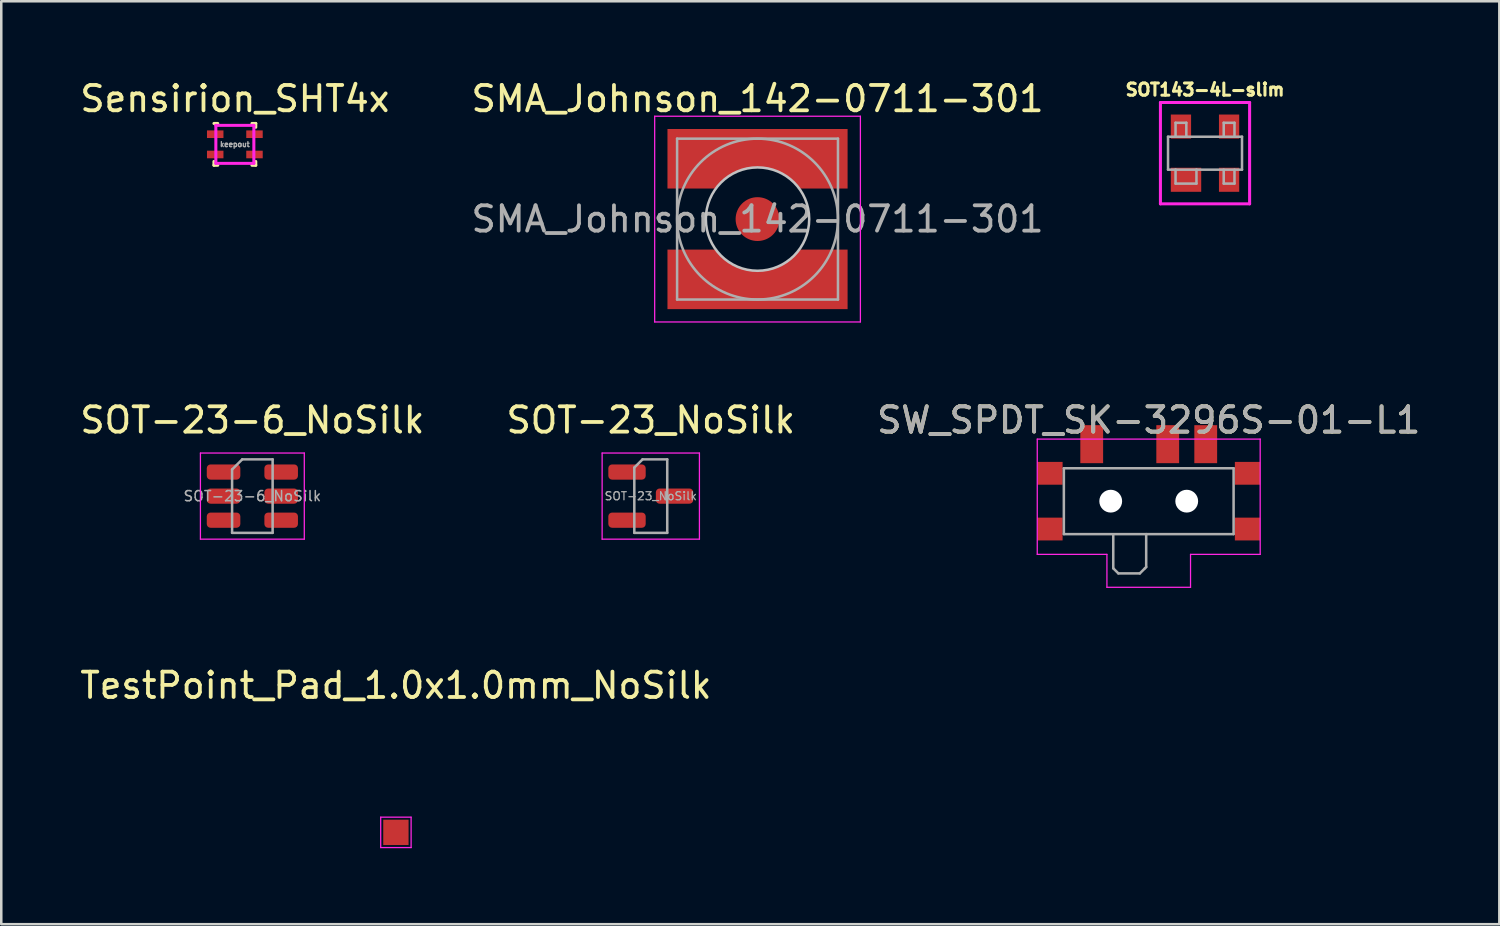
<source format=kicad_pcb>
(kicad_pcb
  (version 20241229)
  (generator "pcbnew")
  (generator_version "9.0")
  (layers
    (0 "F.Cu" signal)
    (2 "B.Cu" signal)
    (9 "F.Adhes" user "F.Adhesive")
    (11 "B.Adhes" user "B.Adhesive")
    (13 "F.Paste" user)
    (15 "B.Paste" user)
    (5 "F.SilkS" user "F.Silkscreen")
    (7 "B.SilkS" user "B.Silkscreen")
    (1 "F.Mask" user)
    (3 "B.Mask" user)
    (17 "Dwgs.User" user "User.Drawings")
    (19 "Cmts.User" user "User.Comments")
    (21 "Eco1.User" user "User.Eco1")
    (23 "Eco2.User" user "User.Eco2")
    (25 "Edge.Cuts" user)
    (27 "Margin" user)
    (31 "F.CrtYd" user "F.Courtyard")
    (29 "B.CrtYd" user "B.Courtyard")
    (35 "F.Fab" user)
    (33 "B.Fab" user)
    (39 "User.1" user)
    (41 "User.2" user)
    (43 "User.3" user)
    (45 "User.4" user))
  (footprint "SW_SPDT_SK-3296S-01-L1"
    (layer "F.Cu")
    (at 42.292 16.732)
    (property "Reference" "SW_SPDT_SK-3296S-01-L1" (at 0 -3.2 0) (layer "F.SilkS") (effects (font (size 1 1) (thickness 0.15))))
    (attr smd)
    (fp_line (start -4.4 -2.45) (end 4.4 -2.45) (stroke (width 0.05) (type solid)) (layer "F.CrtYd"))
    (fp_line (start -4.4 2.1) (end -4.4 -2.45) (stroke (width 0.05) (type solid)) (layer "F.CrtYd"))
    (fp_line (start -1.65 2.1) (end -4.4 2.1) (stroke (width 0.05) (type solid)) (layer "F.CrtYd"))
    (fp_line (start -1.65 3.4) (end -1.65 2.1) (stroke (width 0.05) (type solid)) (layer "F.CrtYd"))
    (fp_line (start 1.65 2.1) (end 1.65 3.4) (stroke (width 0.05) (type solid)) (layer "F.CrtYd"))
    (fp_line (start 1.65 3.4) (end -1.65 3.4) (stroke (width 0.05) (type solid)) (layer "F.CrtYd"))
    (fp_line (start 4.4 -2.45) (end 4.4 2.1) (stroke (width 0.05) (type solid)) (layer "F.CrtYd"))
    (fp_line (start 4.4 2.1) (end 1.65 2.1) (stroke (width 0.05) (type solid)) (layer "F.CrtYd"))
    (fp_line (start -3.35 -1.3) (end -3.35 1.3) (stroke (width 0.1) (type solid)) (layer "F.Fab"))
    (fp_line (start -3.35 1.3) (end 3.35 1.3) (stroke (width 0.1) (type solid)) (layer "F.Fab"))
    (fp_line (start -1.4 1.35) (end -1.4 2.65) (stroke (width 0.1) (type solid)) (layer "F.Fab"))
    (fp_line (start -1.4 2.65) (end -1.2 2.85) (stroke (width 0.1) (type solid)) (layer "F.Fab"))
    (fp_line (start -1.2 2.85) (end -0.35 2.85) (stroke (width 0.1) (type solid)) (layer "F.Fab"))
    (fp_line (start -0.35 2.85) (end -0.15 2.65) (stroke (width 0.1) (type solid)) (layer "F.Fab"))
    (fp_line (start -0.15 2.65) (end -0.1 2.6) (stroke (width 0.1) (type solid)) (layer "F.Fab"))
    (fp_line (start -0.1 2.6) (end -0.1 1.3) (stroke (width 0.1) (type solid)) (layer "F.Fab"))
    (fp_line (start 3.35 -1.3) (end -3.35 -1.3) (stroke (width 0.1) (type solid)) (layer "F.Fab"))
    (fp_line (start 3.35 1.3) (end 3.35 -1.3) (stroke (width 0.1) (type solid)) (layer "F.Fab"))
    (fp_text user "${REFERENCE}" (at 0 -3.2 0) (layer "F.Fab") (effects (font (size 1 1) (thickness 0.15))))
    (pad "" smd rect (at -3.9 -1.1) (size 1 0.9) (layers "F.Cu" "F.Mask" "F.Paste"))
    (pad "" smd rect (at -3.9 1.1) (size 1 0.9) (layers "F.Cu" "F.Mask" "F.Paste"))
    (pad "" np_thru_hole circle (at -1.5 0) (size 0.9 0.9) (drill 0.9) (layers "*.Cu" "*.Mask"))
    (pad "" np_thru_hole circle (at 1.5 0) (size 0.9 0.9) (drill 0.9) (layers "*.Cu" "*.Mask"))
    (pad "" smd rect (at 3.9 -1.1) (size 1 0.9) (layers "F.Cu" "F.Mask" "F.Paste"))
    (pad "" smd rect (at 3.9 1.1) (size 1 0.9) (layers "F.Cu" "F.Mask" "F.Paste"))
    (pad "1" smd rect (at -2.25 -2.25) (size 0.9 1.5) (layers "F.Cu" "F.Mask" "F.Paste"))
    (pad "2" smd rect (at 0.75 -2.25) (size 0.9 1.5) (layers "F.Cu" "F.Mask" "F.Paste"))
    (pad "3" smd rect (at 2.25 -2.25) (size 0.9 1.5) (layers "F.Cu" "F.Mask" "F.Paste")))
  (footprint "SMA_Johnson_142-0711-301"
    (layer "F.Cu")
    (at 26.851 5.598)
    (property "Reference" "SMA_Johnson_142-0711-301" (at 0 -4.75 0) (layer "F.SilkS") (effects (font (size 1 1) (thickness 0.15))))
    (attr smd)
    (fp_circle (center 0 0) (end 2.04 0) (stroke (width 0.1) (type solid)) (fill no) (layer "Dwgs.User"))
    (fp_line (start -4.06 -4.06) (end -4.06 4.06) (stroke (width 0.05) (type solid)) (layer "F.CrtYd"))
    (fp_line (start -4.06 -4.06) (end 4.06 -4.06) (stroke (width 0.05) (type solid)) (layer "F.CrtYd"))
    (fp_line (start 4.06 4.06) (end -4.06 4.06) (stroke (width 0.05) (type solid)) (layer "F.CrtYd"))
    (fp_line (start 4.06 4.06) (end 4.06 -4.06) (stroke (width 0.05) (type solid)) (layer "F.CrtYd"))
    (fp_line (start -3.175 -3.175) (end -3.175 3.175) (stroke (width 0.1) (type solid)) (layer "F.Fab"))
    (fp_line (start -3.175 -3.175) (end 3.175 -3.175) (stroke (width 0.1) (type solid)) (layer "F.Fab"))
    (fp_line (start -3.175 3.175) (end 3.175 3.175) (stroke (width 0.1) (type solid)) (layer "F.Fab"))
    (fp_line (start 3.175 -3.175) (end 3.175 3.175) (stroke (width 0.1) (type solid)) (layer "F.Fab"))
    (fp_circle (center 0 0) (end 3.175 0) (stroke (width 0.1) (type solid)) (fill no) (layer "F.Fab"))
    (fp_text user "${REFERENCE}" (at 0 0 0) (layer "F.Fab") (effects (font (size 1 1) (thickness 0.15))))
    (pad "1" smd circle (at 0 0 90) (size 1.73 1.73) (layers "F.Cu" "F.Mask" "F.Paste"))
    (pad "2" smd custom (at 0 -2.8 180) (size 7.11 1.51) (layers "F.Cu" "F.Mask" "F.Paste") (options (anchor rect)) (primitives (gr_poly (pts (xy -1.5 -1.42) (xy -1.36 -1.28) (xy -1.205 -1.155) (xy -1.035 -1.045) (xy -0.86 -0.95) (xy -0.675 -0.875) (xy -0.48 -0.82) (xy -0.28 -0.78) (xy -0.085 -0.765) (xy 0 -0.765) (xy 0 0.755) (xy -3.555 0.755) (xy -3.555 -1.595) (xy -1.645 -1.595)) (width 0) (fill yes)) (gr_poly (pts (xy 3.555 0.755) (xy 0 0.755) (xy 0 -0.765) (xy 0.085 -0.765) (xy 0.28 -0.78) (xy 0.48 -0.82) (xy 0.675 -0.875) (xy 0.86 -0.95) (xy 1.035 -1.045) (xy 1.205 -1.155) (xy 1.36 -1.28) (xy 1.5 -1.42) (xy 1.645 -1.595) (xy 3.555 -1.595)) (width 0) (fill yes))))
    (pad "2" smd custom (at 0 2.8) (size 7.11 1.51) (layers "F.Cu" "F.Mask" "F.Paste") (options (anchor rect)) (primitives (gr_poly (pts (xy -1.5 -1.42) (xy -1.36 -1.28) (xy -1.205 -1.155) (xy -1.035 -1.045) (xy -0.86 -0.95) (xy -0.675 -0.875) (xy -0.48 -0.82) (xy -0.28 -0.78) (xy -0.085 -0.765) (xy 0 -0.765) (xy 0 0.755) (xy -3.555 0.755) (xy -3.555 -1.595) (xy -1.645 -1.595)) (width 0) (fill yes)) (gr_poly (pts (xy 3.555 0.755) (xy 0 0.755) (xy 0 -0.765) (xy 0.085 -0.765) (xy 0.28 -0.78) (xy 0.48 -0.82) (xy 0.675 -0.875) (xy 0.86 -0.95) (xy 1.035 -1.045) (xy 1.205 -1.155) (xy 1.36 -1.28) (xy 1.5 -1.42) (xy 1.645 -1.595) (xy 3.555 -1.595)) (width 0) (fill yes)))))
  (footprint "SOT143-4L-slim"
    (layer "F.Cu")
    (at 44.514 2.996)
    (property "Reference" "SOT143-4L-slim" (at 0 -2.505 0) (layer "F.SilkS") (effects (font (size 0.48 0.48) (thickness 0.12))))
    (attr through_hole)
    (fp_line (start -1.76 -2) (end -1.76 2) (stroke (width 0.12) (type solid)) (layer "F.CrtYd"))
    (fp_line (start -1.76 2) (end 1.76 2) (stroke (width 0.12) (type solid)) (layer "F.CrtYd"))
    (fp_line (start 1.76 -2) (end -1.76 -2) (stroke (width 0.12) (type solid)) (layer "F.CrtYd"))
    (fp_line (start 1.76 -2) (end 1.76 2) (stroke (width 0.12) (type solid)) (layer "F.CrtYd"))
    (fp_line (start -1.46 -0.65) (end -1.46 0.65) (stroke (width 0.1) (type solid)) (layer "F.Fab"))
    (fp_line (start -1.46 0.65) (end -1.163 0.65) (stroke (width 0.1) (type solid)) (layer "F.Fab"))
    (fp_line (start -1.163 -1.2) (end -0.738 -1.2) (stroke (width 0.1) (type solid)) (layer "F.Fab"))
    (fp_line (start -1.163 -0.65) (end -1.46 -0.65) (stroke (width 0.1) (type solid)) (layer "F.Fab"))
    (fp_line (start -1.163 -0.65) (end -1.163 -1.2) (stroke (width 0.1) (type solid)) (layer "F.Fab"))
    (fp_line (start -1.163 0.65) (end -0.338 0.65) (stroke (width 0.1) (type solid)) (layer "F.Fab"))
    (fp_line (start -1.163 1.2) (end -1.163 0.65) (stroke (width 0.1) (type solid)) (layer "F.Fab"))
    (fp_line (start -0.738 -1.2) (end -0.738 -0.65) (stroke (width 0.1) (type solid)) (layer "F.Fab"))
    (fp_line (start -0.738 -0.65) (end -1.163 -0.65) (stroke (width 0.1) (type solid)) (layer "F.Fab"))
    (fp_line (start -0.338 0.65) (end -0.338 1.2) (stroke (width 0.1) (type solid)) (layer "F.Fab"))
    (fp_line (start -0.338 0.65) (end 1.46 0.65) (stroke (width 0.1) (type solid)) (layer "F.Fab"))
    (fp_line (start -0.338 1.2) (end -1.163 1.2) (stroke (width 0.1) (type solid)) (layer "F.Fab"))
    (fp_line (start 0.738 -1.2) (end 1.163 -1.2) (stroke (width 0.1) (type solid)) (layer "F.Fab"))
    (fp_line (start 0.738 -0.65) (end 0.738 -1.2) (stroke (width 0.1) (type solid)) (layer "F.Fab"))
    (fp_line (start 0.738 1.2) (end 0.738 0.65) (stroke (width 0.1) (type solid)) (layer "F.Fab"))
    (fp_line (start 1.163 -1.2) (end 1.163 -0.65) (stroke (width 0.1) (type solid)) (layer "F.Fab"))
    (fp_line (start 1.163 0.65) (end 1.163 1.2) (stroke (width 0.1) (type solid)) (layer "F.Fab"))
    (fp_line (start 1.163 1.2) (end 0.738 1.2) (stroke (width 0.1) (type solid)) (layer "F.Fab"))
    (fp_line (start 1.46 -0.65) (end -0.738 -0.65) (stroke (width 0.1) (type solid)) (layer "F.Fab"))
    (fp_line (start 1.46 0.65) (end 1.46 -0.65) (stroke (width 0.1) (type solid)) (layer "F.Fab"))
    (pad "1" smd rect (at -0.75 1.05) (size 1.2 0.95) (layers "F.Cu" "F.Mask" "F.Paste"))
    (pad "2" smd rect (at 0.95 1.05) (size 0.8 0.95) (layers "F.Cu" "F.Mask" "F.Paste"))
    (pad "3" smd rect (at 0.95 -1.05) (size 0.8 0.95) (layers "F.Cu" "F.Mask" "F.Paste"))
    (pad "4" smd rect (at -0.95 -1.05) (size 0.8 0.95) (layers "F.Cu" "F.Mask" "F.Paste")))
  (footprint "TestPoint_Pad_1.0x1.0mm_NoSilk"
    (layer "F.Cu")
    (at 12.577 29.805)
    (property "Reference" "TestPoint_Pad_1.0x1.0mm_NoSilk" (at 0 -5.8 0) (layer "F.SilkS") (effects (font (size 1 1) (thickness 0.15))))
    (attr exclude_from_pos_files exclude_from_bom)
    (fp_line (start -0.6 -0.6) (end -0.6 0.6) (stroke (width 0.05) (type solid)) (layer "F.CrtYd"))
    (fp_line (start -0.6 -0.6) (end 0.6 -0.6) (stroke (width 0.05) (type solid)) (layer "F.CrtYd"))
    (fp_line (start 0.6 0.6) (end -0.6 0.6) (stroke (width 0.05) (type solid)) (layer "F.CrtYd"))
    (fp_line (start 0.6 0.6) (end 0.6 -0.6) (stroke (width 0.05) (type solid)) (layer "F.CrtYd"))
    (pad "1" smd rect (at 0 0) (size 1 1) (layers "F.Cu" "F.Mask")))
  (footprint "SOT-23_NoSilk"
    (layer "F.Cu")
    (at 22.637 16.532)
    (property "Reference" "SOT-23_NoSilk" (at 0 -3 0) (layer "F.SilkS") (effects (font (size 1 1) (thickness 0.15))))
    (attr smd)
    (fp_line (start -1.92 -1.7) (end -1.92 1.7) (stroke (width 0.05) (type solid)) (layer "F.CrtYd"))
    (fp_line (start -1.92 1.7) (end 1.92 1.7) (stroke (width 0.05) (type solid)) (layer "F.CrtYd"))
    (fp_line (start 1.92 -1.7) (end -1.92 -1.7) (stroke (width 0.05) (type solid)) (layer "F.CrtYd"))
    (fp_line (start 1.92 1.7) (end 1.92 -1.7) (stroke (width 0.05) (type solid)) (layer "F.CrtYd"))
    (fp_line (start -0.65 -1.125) (end -0.325 -1.45) (stroke (width 0.1) (type solid)) (layer "F.Fab"))
    (fp_line (start -0.65 1.45) (end -0.65 -1.125) (stroke (width 0.1) (type solid)) (layer "F.Fab"))
    (fp_line (start -0.325 -1.45) (end 0.65 -1.45) (stroke (width 0.1) (type solid)) (layer "F.Fab"))
    (fp_line (start 0.65 -1.45) (end 0.65 1.45) (stroke (width 0.1) (type solid)) (layer "F.Fab"))
    (fp_line (start 0.65 1.45) (end -0.65 1.45) (stroke (width 0.1) (type solid)) (layer "F.Fab"))
    (fp_text user "${REFERENCE}" (at 0 0 0) (layer "F.Fab") (effects (font (size 0.32 0.32) (thickness 0.05))))
    (pad "1" smd roundrect (at -0.938 -0.95) (size 1.475 0.6) (layers "F.Cu" "F.Mask" "F.Paste") (roundrect_rratio 0.25))
    (pad "2" smd roundrect (at -0.938 0.95) (size 1.475 0.6) (layers "F.Cu" "F.Mask" "F.Paste") (roundrect_rratio 0.25))
    (pad "3" smd roundrect (at 0.938 0) (size 1.475 0.6) (layers "F.Cu" "F.Mask" "F.Paste") (roundrect_rratio 0.25)))
  (footprint "SOT-23-6_NoSilk"
    (layer "F.Cu")
    (at 6.911 16.532)
    (property "Reference" "SOT-23-6_NoSilk" (at 0 -3 0) (layer "F.SilkS") (effects (font (size 1 1) (thickness 0.15))))
    (attr smd)
    (fp_line (start -2.05 -1.7) (end -2.05 1.7) (stroke (width 0.05) (type solid)) (layer "F.CrtYd"))
    (fp_line (start -2.05 1.7) (end 2.05 1.7) (stroke (width 0.05) (type solid)) (layer "F.CrtYd"))
    (fp_line (start 2.05 -1.7) (end -2.05 -1.7) (stroke (width 0.05) (type solid)) (layer "F.CrtYd"))
    (fp_line (start 2.05 1.7) (end 2.05 -1.7) (stroke (width 0.05) (type solid)) (layer "F.CrtYd"))
    (fp_line (start -0.8 -1.05) (end -0.4 -1.45) (stroke (width 0.1) (type solid)) (layer "F.Fab"))
    (fp_line (start -0.8 1.45) (end -0.8 -1.05) (stroke (width 0.1) (type solid)) (layer "F.Fab"))
    (fp_line (start -0.4 -1.45) (end 0.8 -1.45) (stroke (width 0.1) (type solid)) (layer "F.Fab"))
    (fp_line (start 0.8 -1.45) (end 0.8 1.45) (stroke (width 0.1) (type solid)) (layer "F.Fab"))
    (fp_line (start 0.8 1.45) (end -0.8 1.45) (stroke (width 0.1) (type solid)) (layer "F.Fab"))
    (fp_text user "${REFERENCE}" (at 0 0 0) (layer "F.Fab") (effects (font (size 0.4 0.4) (thickness 0.06))))
    (pad "1" smd roundrect (at -1.137 -0.95) (size 1.325 0.6) (layers "F.Cu" "F.Mask" "F.Paste") (roundrect_rratio 0.25))
    (pad "2" smd roundrect (at -1.137 0) (size 1.325 0.6) (layers "F.Cu" "F.Mask" "F.Paste") (roundrect_rratio 0.25))
    (pad "3" smd roundrect (at -1.137 0.95) (size 1.325 0.6) (layers "F.Cu" "F.Mask" "F.Paste") (roundrect_rratio 0.25))
    (pad "4" smd roundrect (at 1.137 0.95) (size 1.325 0.6) (layers "F.Cu" "F.Mask" "F.Paste") (roundrect_rratio 0.25))
    (pad "5" smd roundrect (at 1.137 0) (size 1.325 0.6) (layers "F.Cu" "F.Mask" "F.Paste") (roundrect_rratio 0.25))
    (pad "6" smd roundrect (at 1.137 -0.95) (size 1.325 0.6) (layers "F.Cu" "F.Mask" "F.Paste") (roundrect_rratio 0.25)))
  (footprint "Sensirion_SHT4x"
    (layer "F.Cu")
    (at 6.22 2.648)
    (property "Reference" "Sensirion_SHT4x" (at 0 -1.8 0) (layer "F.SilkS") (effects (font (size 1 1) (thickness 0.15))))
    (attr through_hole)
    (fp_line (start -0.825 0.675) (end -0.825 0.825) (stroke (width 0.12) (type solid)) (layer "F.SilkS"))
    (fp_line (start -0.675 -0.825) (end -0.825 -0.825) (stroke (width 0.12) (type solid)) (layer "F.SilkS"))
    (fp_line (start -0.675 0.825) (end -0.825 0.825) (stroke (width 0.12) (type solid)) (layer "F.SilkS"))
    (fp_line (start 0.675 -0.825) (end 0.825 -0.825) (stroke (width 0.12) (type solid)) (layer "F.SilkS"))
    (fp_line (start 0.675 0.825) (end 0.825 0.825) (stroke (width 0.12) (type solid)) (layer "F.SilkS"))
    (fp_line (start 0.825 -0.675) (end 0.825 -0.825) (stroke (width 0.12) (type solid)) (layer "F.SilkS"))
    (fp_line (start 0.825 0.675) (end 0.825 0.825) (stroke (width 0.12) (type solid)) (layer "F.SilkS"))
    (fp_line (start -0.75 -0.75) (end -0.75 0.75) (stroke (width 0.12) (type solid)) (layer "F.CrtYd"))
    (fp_line (start -0.75 0.75) (end 0.75 0.75) (stroke (width 0.12) (type solid)) (layer "F.CrtYd"))
    (fp_line (start 0.75 -0.75) (end -0.75 -0.75) (stroke (width 0.12) (type solid)) (layer "F.CrtYd"))
    (fp_line (start 0.75 0.75) (end 0.75 -0.75) (stroke (width 0.12) (type solid)) (layer "F.CrtYd"))
    (fp_text user "keepout" (at 0 0 0) (layer "F.Fab") (effects (font (size 0.2 0.2) (thickness 0.05))))
    (pad "1" smd rect (at -0.775 -0.4) (size 0.65 0.3) (layers "F.Cu" "F.Mask" "F.Paste"))
    (pad "2" smd rect (at -0.775 0.4) (size 0.65 0.3) (layers "F.Cu" "F.Mask" "F.Paste"))
    (pad "3" smd rect (at 0.775 0.4 180) (size 0.65 0.3) (layers "F.Cu" "F.Mask" "F.Paste"))
    (pad "4" smd rect (at 0.775 -0.4 180) (size 0.65 0.3) (layers "F.Cu" "F.Mask" "F.Paste")))
  (gr_rect
    (start -3 -3)
    (end 56.131 33.43)
    (stroke (width 0.1) (type default))
    (fill no)
    (layer "Edge.Cuts")))
</source>
